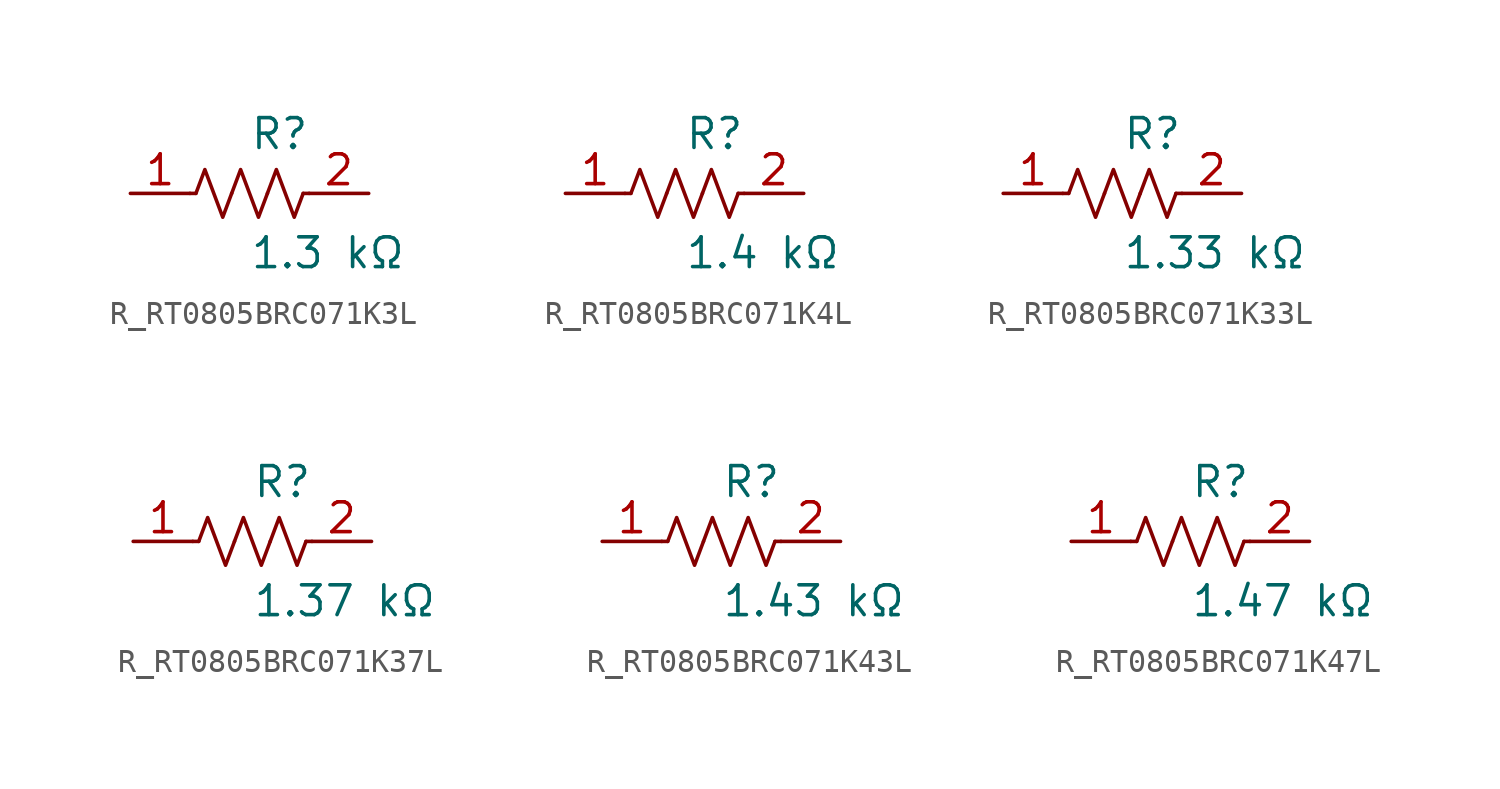
<source format=kicad_sym>
(kicad_symbol_lib
  (version 20231120)
  (generator kicad_symbol_editor)
  (generator_version 8.0)
  (symbol "R_RT0805BRC071K3L"
    (pin_names
      (offset 0.254))
    (property "Reference" "R"
      (at 0.0 2.54 0)
      (effects (font (size 1.27 1.27)) (justify left)))
    (property "Value" "1.3 kΩ"
      (at 0.0 -2.54 0)
      (effects (font (size 1.27 1.27)) (justify left)))
    (symbol "R_RT0805BRC071K3L_0_1"
      (polyline (pts (xy 2.286 0) (xy 2.54 0)) (stroke (width 0) (type default)) (fill (type none)))
      (polyline (pts (xy -2.286 0) (xy -2.54 0)) (stroke (width 0) (type default)) (fill (type none)))
      (polyline (pts (xy 0.762 0) (xy 1.143 1.016) (xy 1.524 0) (xy 1.905 -1.016) (xy 2.286 0)) (stroke (width 0) (type default)) (fill (type none)))
      (polyline (pts (xy -0.762 0) (xy -0.381 1.016) (xy 0 0) (xy 0.381 -1.016) (xy 0.762 0)) (stroke (width 0) (type default)) (fill (type none)))
      (polyline (pts (xy -2.286 0) (xy -1.905 1.016) (xy -1.524 0) (xy -1.143 -1.016) (xy -0.762 0)) (stroke (width 0) (type default)) (fill (type none))))
    (pin unspecified line
      (at -5.08 0 0)
      (length 2.54)
      (name "" (effects (font (size 1.27 1.27))))
      (number "1" (effects (font (size 1.27 1.27)))))
    (pin unspecified line
      (at 5.08 0 180)
      (length 2.54)
      (name "" (effects (font (size 1.27 1.27))))
      (number "2" (effects (font (size 1.27 1.27))))))
  (symbol "R_RT0805BRC071K4L"
    (pin_names
      (offset 0.254))
    (property "Reference" "R"
      (at 0.0 2.54 0)
      (effects (font (size 1.27 1.27)) (justify left)))
    (property "Value" "1.4 kΩ"
      (at 0.0 -2.54 0)
      (effects (font (size 1.27 1.27)) (justify left)))
    (symbol "R_RT0805BRC071K4L_0_1"
      (polyline (pts (xy 2.286 0) (xy 2.54 0)) (stroke (width 0) (type default)) (fill (type none)))
      (polyline (pts (xy -2.286 0) (xy -2.54 0)) (stroke (width 0) (type default)) (fill (type none)))
      (polyline (pts (xy 0.762 0) (xy 1.143 1.016) (xy 1.524 0) (xy 1.905 -1.016) (xy 2.286 0)) (stroke (width 0) (type default)) (fill (type none)))
      (polyline (pts (xy -0.762 0) (xy -0.381 1.016) (xy 0 0) (xy 0.381 -1.016) (xy 0.762 0)) (stroke (width 0) (type default)) (fill (type none)))
      (polyline (pts (xy -2.286 0) (xy -1.905 1.016) (xy -1.524 0) (xy -1.143 -1.016) (xy -0.762 0)) (stroke (width 0) (type default)) (fill (type none))))
    (pin unspecified line
      (at -5.08 0 0)
      (length 2.54)
      (name "" (effects (font (size 1.27 1.27))))
      (number "1" (effects (font (size 1.27 1.27)))))
    (pin unspecified line
      (at 5.08 0 180)
      (length 2.54)
      (name "" (effects (font (size 1.27 1.27))))
      (number "2" (effects (font (size 1.27 1.27))))))
  (symbol "R_RT0805BRC071K33L"
    (pin_names
      (offset 0.254))
    (property "Reference" "R"
      (at 0.0 2.54 0)
      (effects (font (size 1.27 1.27)) (justify left)))
    (property "Value" "1.33 kΩ"
      (at 0.0 -2.54 0)
      (effects (font (size 1.27 1.27)) (justify left)))
    (symbol "R_RT0805BRC071K33L_0_1"
      (polyline (pts (xy 2.286 0) (xy 2.54 0)) (stroke (width 0) (type default)) (fill (type none)))
      (polyline (pts (xy -2.286 0) (xy -2.54 0)) (stroke (width 0) (type default)) (fill (type none)))
      (polyline (pts (xy 0.762 0) (xy 1.143 1.016) (xy 1.524 0) (xy 1.905 -1.016) (xy 2.286 0)) (stroke (width 0) (type default)) (fill (type none)))
      (polyline (pts (xy -0.762 0) (xy -0.381 1.016) (xy 0 0) (xy 0.381 -1.016) (xy 0.762 0)) (stroke (width 0) (type default)) (fill (type none)))
      (polyline (pts (xy -2.286 0) (xy -1.905 1.016) (xy -1.524 0) (xy -1.143 -1.016) (xy -0.762 0)) (stroke (width 0) (type default)) (fill (type none))))
    (pin unspecified line
      (at -5.08 0 0)
      (length 2.54)
      (name "" (effects (font (size 1.27 1.27))))
      (number "1" (effects (font (size 1.27 1.27)))))
    (pin unspecified line
      (at 5.08 0 180)
      (length 2.54)
      (name "" (effects (font (size 1.27 1.27))))
      (number "2" (effects (font (size 1.27 1.27))))))
  (symbol "R_RT0805BRC071K37L"
    (pin_names
      (offset 0.254))
    (property "Reference" "R"
      (at 0.0 2.54 0)
      (effects (font (size 1.27 1.27)) (justify left)))
    (property "Value" "1.37 kΩ"
      (at 0.0 -2.54 0)
      (effects (font (size 1.27 1.27)) (justify left)))
    (symbol "R_RT0805BRC071K37L_0_1"
      (polyline (pts (xy 2.286 0) (xy 2.54 0)) (stroke (width 0) (type default)) (fill (type none)))
      (polyline (pts (xy -2.286 0) (xy -2.54 0)) (stroke (width 0) (type default)) (fill (type none)))
      (polyline (pts (xy 0.762 0) (xy 1.143 1.016) (xy 1.524 0) (xy 1.905 -1.016) (xy 2.286 0)) (stroke (width 0) (type default)) (fill (type none)))
      (polyline (pts (xy -0.762 0) (xy -0.381 1.016) (xy 0 0) (xy 0.381 -1.016) (xy 0.762 0)) (stroke (width 0) (type default)) (fill (type none)))
      (polyline (pts (xy -2.286 0) (xy -1.905 1.016) (xy -1.524 0) (xy -1.143 -1.016) (xy -0.762 0)) (stroke (width 0) (type default)) (fill (type none))))
    (pin unspecified line
      (at -5.08 0 0)
      (length 2.54)
      (name "" (effects (font (size 1.27 1.27))))
      (number "1" (effects (font (size 1.27 1.27)))))
    (pin unspecified line
      (at 5.08 0 180)
      (length 2.54)
      (name "" (effects (font (size 1.27 1.27))))
      (number "2" (effects (font (size 1.27 1.27))))))
  (symbol "R_RT0805BRC071K43L"
    (pin_names
      (offset 0.254))
    (property "Reference" "R"
      (at 0.0 2.54 0)
      (effects (font (size 1.27 1.27)) (justify left)))
    (property "Value" "1.43 kΩ"
      (at 0.0 -2.54 0)
      (effects (font (size 1.27 1.27)) (justify left)))
    (symbol "R_RT0805BRC071K43L_0_1"
      (polyline (pts (xy 2.286 0) (xy 2.54 0)) (stroke (width 0) (type default)) (fill (type none)))
      (polyline (pts (xy -2.286 0) (xy -2.54 0)) (stroke (width 0) (type default)) (fill (type none)))
      (polyline (pts (xy 0.762 0) (xy 1.143 1.016) (xy 1.524 0) (xy 1.905 -1.016) (xy 2.286 0)) (stroke (width 0) (type default)) (fill (type none)))
      (polyline (pts (xy -0.762 0) (xy -0.381 1.016) (xy 0 0) (xy 0.381 -1.016) (xy 0.762 0)) (stroke (width 0) (type default)) (fill (type none)))
      (polyline (pts (xy -2.286 0) (xy -1.905 1.016) (xy -1.524 0) (xy -1.143 -1.016) (xy -0.762 0)) (stroke (width 0) (type default)) (fill (type none))))
    (pin unspecified line
      (at -5.08 0 0)
      (length 2.54)
      (name "" (effects (font (size 1.27 1.27))))
      (number "1" (effects (font (size 1.27 1.27)))))
    (pin unspecified line
      (at 5.08 0 180)
      (length 2.54)
      (name "" (effects (font (size 1.27 1.27))))
      (number "2" (effects (font (size 1.27 1.27))))))
  (symbol "R_RT0805BRC071K47L"
    (pin_names
      (offset 0.254))
    (property "Reference" "R"
      (at 0.0 2.54 0)
      (effects (font (size 1.27 1.27)) (justify left)))
    (property "Value" "1.47 kΩ"
      (at 0.0 -2.54 0)
      (effects (font (size 1.27 1.27)) (justify left)))
    (symbol "R_RT0805BRC071K47L_0_1"
      (polyline (pts (xy 2.286 0) (xy 2.54 0)) (stroke (width 0) (type default)) (fill (type none)))
      (polyline (pts (xy -2.286 0) (xy -2.54 0)) (stroke (width 0) (type default)) (fill (type none)))
      (polyline (pts (xy 0.762 0) (xy 1.143 1.016) (xy 1.524 0) (xy 1.905 -1.016) (xy 2.286 0)) (stroke (width 0) (type default)) (fill (type none)))
      (polyline (pts (xy -0.762 0) (xy -0.381 1.016) (xy 0 0) (xy 0.381 -1.016) (xy 0.762 0)) (stroke (width 0) (type default)) (fill (type none)))
      (polyline (pts (xy -2.286 0) (xy -1.905 1.016) (xy -1.524 0) (xy -1.143 -1.016) (xy -0.762 0)) (stroke (width 0) (type default)) (fill (type none))))
    (pin unspecified line
      (at -5.08 0 0)
      (length 2.54)
      (name "" (effects (font (size 1.27 1.27))))
      (number "1" (effects (font (size 1.27 1.27)))))
    (pin unspecified line
      (at 5.08 0 180)
      (length 2.54)
      (name "" (effects (font (size 1.27 1.27))))
      (number "2" (effects (font (size 1.27 1.27)))))))
</source>
